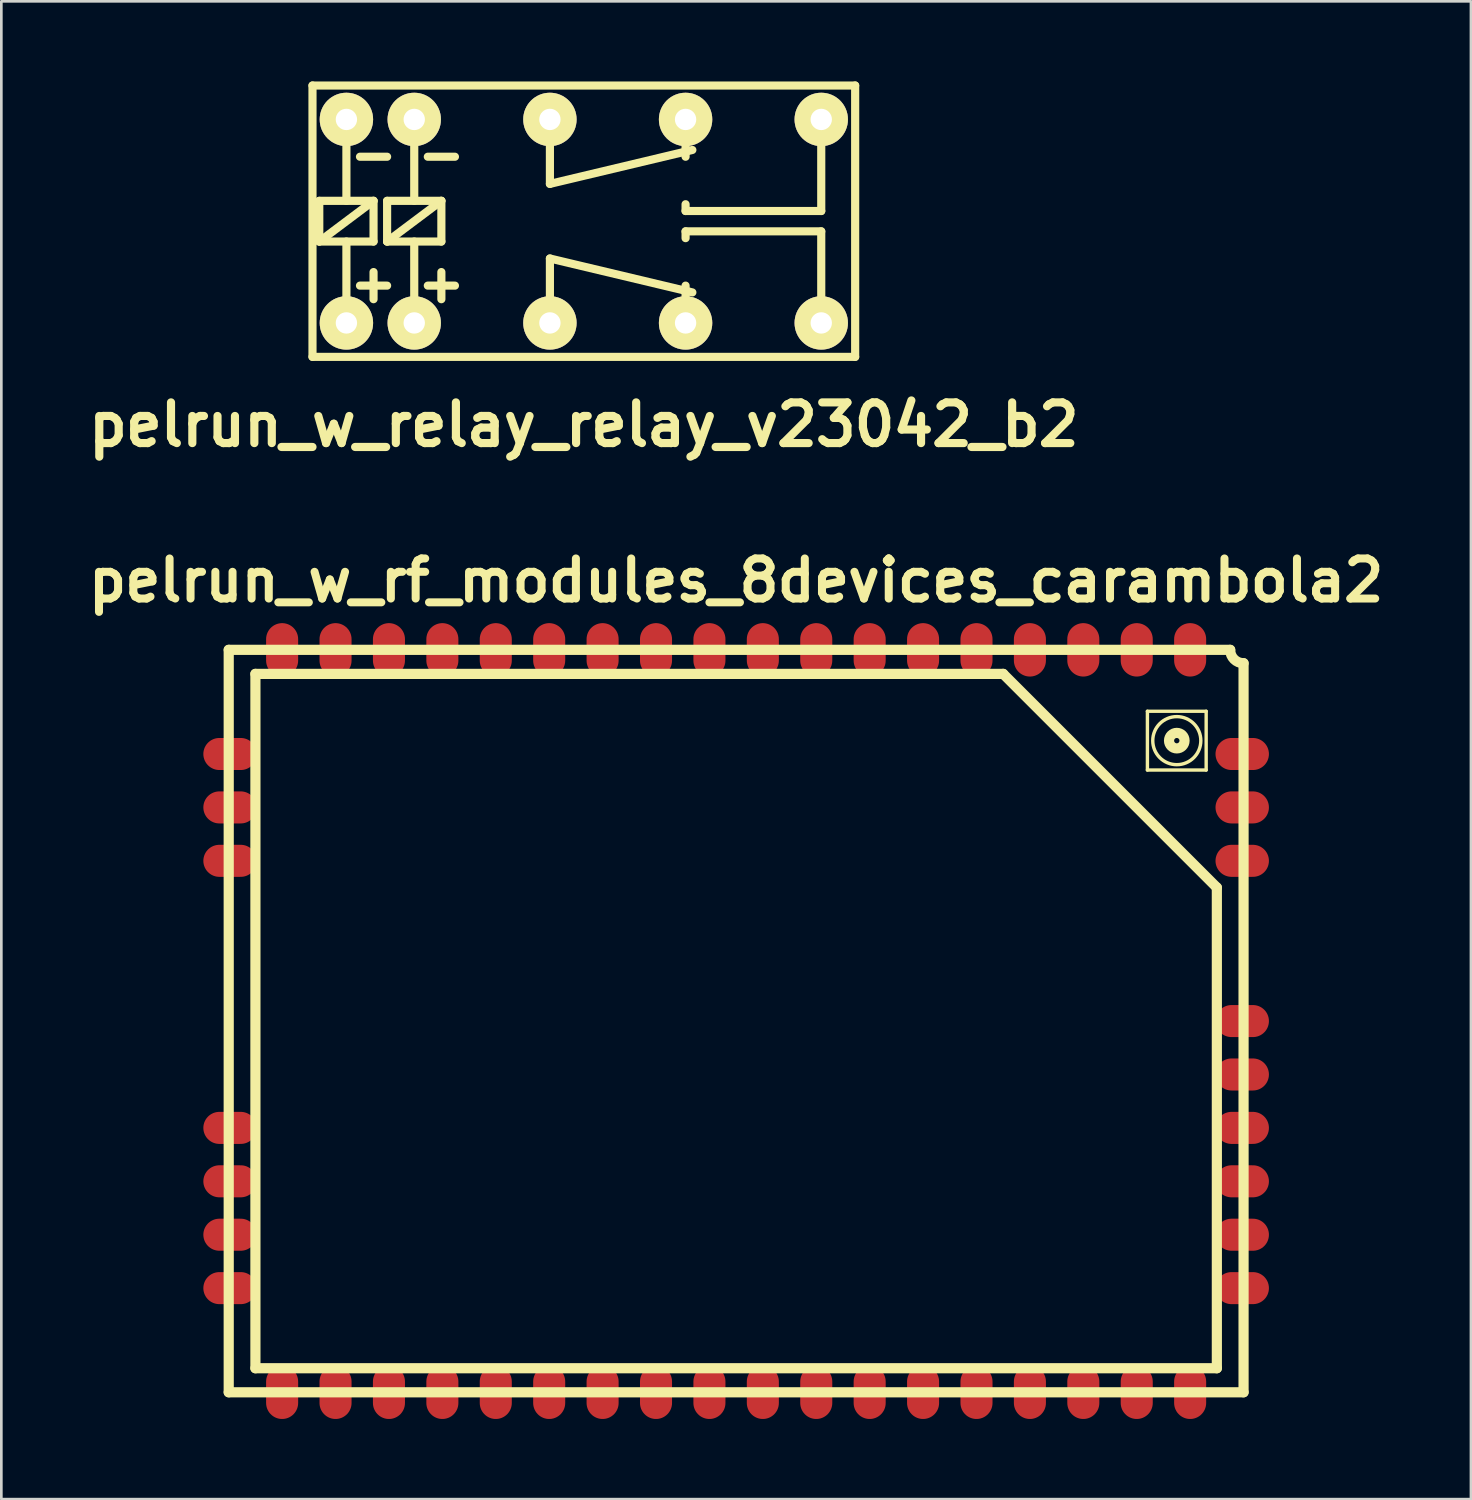
<source format=kicad_pcb>
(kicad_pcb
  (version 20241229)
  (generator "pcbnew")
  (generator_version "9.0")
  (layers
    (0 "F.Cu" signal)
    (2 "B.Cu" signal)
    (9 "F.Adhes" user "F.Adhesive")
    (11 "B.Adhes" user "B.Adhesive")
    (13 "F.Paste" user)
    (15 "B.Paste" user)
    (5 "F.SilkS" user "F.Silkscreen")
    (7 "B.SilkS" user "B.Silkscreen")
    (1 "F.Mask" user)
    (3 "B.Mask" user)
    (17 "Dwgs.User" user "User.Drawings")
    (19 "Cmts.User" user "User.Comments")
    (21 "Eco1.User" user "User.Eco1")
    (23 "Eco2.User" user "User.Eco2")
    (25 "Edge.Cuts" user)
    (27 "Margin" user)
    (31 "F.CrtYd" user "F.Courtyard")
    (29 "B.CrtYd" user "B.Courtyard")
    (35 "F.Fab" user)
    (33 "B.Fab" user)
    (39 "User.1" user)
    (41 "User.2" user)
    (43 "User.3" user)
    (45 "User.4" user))
  (footprint "pelrun_w_relay_relay_v23042_b2"
    (layer "F.Cu")
    (at 18.811 5.232)
    (property "Reference" "pelrun_w_relay_relay_v23042_b2" (at 0 7.62 0) (layer "F.SilkS") (effects (font (size 1.524 1.524) (thickness 0.305))))
    (attr through_hole)
    (fp_line (start -10.16 -5.08) (end -10.16 5.08) (stroke (width 0.305) (type solid)) (layer "F.SilkS"))
    (fp_line (start -10.16 5.08) (end 10.16 5.08) (stroke (width 0.305) (type solid)) (layer "F.SilkS"))
    (fp_line (start -9.906 -0.762) (end -7.874 -0.762) (stroke (width 0.305) (type solid)) (layer "F.SilkS"))
    (fp_line (start -9.906 0.762) (end -9.906 -0.762) (stroke (width 0.305) (type solid)) (layer "F.SilkS"))
    (fp_line (start -9.906 0.762) (end -7.874 -0.762) (stroke (width 0.305) (type solid)) (layer "F.SilkS"))
    (fp_line (start -8.89 -3.81) (end -8.89 -0.762) (stroke (width 0.305) (type solid)) (layer "F.SilkS"))
    (fp_line (start -8.89 3.81) (end -8.89 0.762) (stroke (width 0.305) (type solid)) (layer "F.SilkS"))
    (fp_line (start -7.874 -0.762) (end -7.874 0.762) (stroke (width 0.305) (type solid)) (layer "F.SilkS"))
    (fp_line (start -7.874 0.762) (end -9.906 0.762) (stroke (width 0.305) (type solid)) (layer "F.SilkS"))
    (fp_line (start -7.874 1.905) (end -7.874 2.921) (stroke (width 0.305) (type solid)) (layer "F.SilkS"))
    (fp_line (start -7.366 -2.413) (end -8.382 -2.413) (stroke (width 0.305) (type solid)) (layer "F.SilkS"))
    (fp_line (start -7.366 -0.762) (end -7.366 0.762) (stroke (width 0.305) (type solid)) (layer "F.SilkS"))
    (fp_line (start -7.366 -0.762) (end -5.334 -0.762) (stroke (width 0.305) (type solid)) (layer "F.SilkS"))
    (fp_line (start -7.366 0.762) (end -5.334 -0.762) (stroke (width 0.305) (type solid)) (layer "F.SilkS"))
    (fp_line (start -7.366 2.413) (end -8.382 2.413) (stroke (width 0.305) (type solid)) (layer "F.SilkS"))
    (fp_line (start -6.35 -3.81) (end -6.35 -0.762) (stroke (width 0.305) (type solid)) (layer "F.SilkS"))
    (fp_line (start -6.35 3.81) (end -6.35 0.762) (stroke (width 0.305) (type solid)) (layer "F.SilkS"))
    (fp_line (start -5.334 -0.762) (end -5.334 0.762) (stroke (width 0.305) (type solid)) (layer "F.SilkS"))
    (fp_line (start -5.334 0.762) (end -7.366 0.762) (stroke (width 0.305) (type solid)) (layer "F.SilkS"))
    (fp_line (start -5.334 1.905) (end -5.334 2.921) (stroke (width 0.305) (type solid)) (layer "F.SilkS"))
    (fp_line (start -4.826 -2.413) (end -5.842 -2.413) (stroke (width 0.305) (type solid)) (layer "F.SilkS"))
    (fp_line (start -4.826 2.413) (end -5.842 2.413) (stroke (width 0.305) (type solid)) (layer "F.SilkS"))
    (fp_line (start -1.27 -1.397) (end -1.27 -3.81) (stroke (width 0.305) (type solid)) (layer "F.SilkS"))
    (fp_line (start -1.27 -1.397) (end 4.064 -2.667) (stroke (width 0.305) (type solid)) (layer "F.SilkS"))
    (fp_line (start -1.27 1.397) (end 4.064 2.667) (stroke (width 0.305) (type solid)) (layer "F.SilkS"))
    (fp_line (start -1.27 3.81) (end -1.27 1.397) (stroke (width 0.305) (type solid)) (layer "F.SilkS"))
    (fp_line (start 3.81 -2.413) (end 3.81 -3.81) (stroke (width 0.305) (type solid)) (layer "F.SilkS"))
    (fp_line (start 3.81 -0.381) (end 3.81 -0.635) (stroke (width 0.305) (type solid)) (layer "F.SilkS"))
    (fp_line (start 3.81 0.381) (end 3.81 0.635) (stroke (width 0.305) (type solid)) (layer "F.SilkS"))
    (fp_line (start 3.81 3.81) (end 3.81 2.413) (stroke (width 0.305) (type solid)) (layer "F.SilkS"))
    (fp_line (start 8.89 -0.381) (end 3.81 -0.381) (stroke (width 0.305) (type solid)) (layer "F.SilkS"))
    (fp_line (start 8.89 -0.381) (end 8.89 -3.81) (stroke (width 0.305) (type solid)) (layer "F.SilkS"))
    (fp_line (start 8.89 0.381) (end 3.81 0.381) (stroke (width 0.305) (type solid)) (layer "F.SilkS"))
    (fp_line (start 8.89 3.81) (end 8.89 0.381) (stroke (width 0.305) (type solid)) (layer "F.SilkS"))
    (fp_line (start 10.16 -5.08) (end -10.16 -5.08) (stroke (width 0.305) (type solid)) (layer "F.SilkS"))
    (fp_line (start 10.16 5.08) (end 10.16 -5.08) (stroke (width 0.305) (type solid)) (layer "F.SilkS"))
    (pad "1" thru_hole circle (at -8.89 3.81) (size 1.999 1.999) (drill 0.8) (layers "*.Cu" "*.Mask" "F.SilkS"))
    (pad "2" thru_hole circle (at -6.35 3.81) (size 1.999 1.999) (drill 0.8) (layers "*.Cu" "*.Mask" "F.SilkS"))
    (pad "4" thru_hole circle (at -1.27 3.81) (size 1.999 1.999) (drill 0.8) (layers "*.Cu" "*.Mask" "F.SilkS"))
    (pad "6" thru_hole circle (at 3.81 3.81) (size 1.999 1.999) (drill 0.8) (layers "*.Cu" "*.Mask" "F.SilkS"))
    (pad "8" thru_hole circle (at 8.89 3.81) (size 1.999 1.999) (drill 0.8) (layers "*.Cu" "*.Mask" "F.SilkS"))
    (pad "9" thru_hole circle (at 8.89 -3.81) (size 1.999 1.999) (drill 0.8) (layers "*.Cu" "*.Mask" "F.SilkS"))
    (pad "11" thru_hole circle (at 3.81 -3.81) (size 1.999 1.999) (drill 0.8) (layers "*.Cu" "*.Mask" "F.SilkS"))
    (pad "13" thru_hole circle (at -1.27 -3.81) (size 1.999 1.999) (drill 0.8) (layers "*.Cu" "*.Mask" "F.SilkS"))
    (pad "15" thru_hole circle (at -6.35 -3.81) (size 1.999 1.999) (drill 0.8) (layers "*.Cu" "*.Mask" "F.SilkS"))
    (pad "16" thru_hole circle (at -8.89 -3.81) (size 1.999 1.999) (drill 0.8) (layers "*.Cu" "*.Mask" "F.SilkS")))
  (footprint "pelrun_w_rf_modules_8devices_carambola2"
    (layer "F.Cu")
    (at 24.514 35.183)
    (property "Reference" "pelrun_w_rf_modules_8devices_carambola2" (at 0 -16.5 0) (layer "F.SilkS") (effects (font (size 1.5 1.5) (thickness 0.3))))
    (attr through_hole)
    (fp_line (start -19 -13.9) (end 18.5 -13.9) (stroke (width 0.381) (type solid)) (layer "F.SilkS"))
    (fp_line (start -19 13.9) (end -19 -13.9) (stroke (width 0.381) (type solid)) (layer "F.SilkS"))
    (fp_line (start -18 -13) (end 10 -13) (stroke (width 0.381) (type solid)) (layer "F.SilkS"))
    (fp_line (start -18 13) (end -18 -13) (stroke (width 0.381) (type solid)) (layer "F.SilkS"))
    (fp_line (start 10 -13) (end 18 -5) (stroke (width 0.381) (type solid)) (layer "F.SilkS"))
    (fp_line (start 15.4 -11.6) (end 17.6 -11.6) (stroke (width 0.127) (type solid)) (layer "F.SilkS"))
    (fp_line (start 15.4 -9.4) (end 15.4 -11.6) (stroke (width 0.127) (type solid)) (layer "F.SilkS"))
    (fp_line (start 17.6 -11.6) (end 17.6 -9.4) (stroke (width 0.127) (type solid)) (layer "F.SilkS"))
    (fp_line (start 17.6 -9.4) (end 15.4 -9.4) (stroke (width 0.127) (type solid)) (layer "F.SilkS"))
    (fp_line (start 18 -5) (end 18 13) (stroke (width 0.381) (type solid)) (layer "F.SilkS"))
    (fp_line (start 18 13) (end -18 13) (stroke (width 0.381) (type solid)) (layer "F.SilkS"))
    (fp_line (start 19 -13.4) (end 19 13.9) (stroke (width 0.381) (type solid)) (layer "F.SilkS"))
    (fp_line (start 19 13.9) (end -19 13.9) (stroke (width 0.381) (type solid)) (layer "F.SilkS"))
    (fp_arc (start 19 -13.4) (mid 18.646447 -13.546447) (end 18.5 -13.9) (stroke (width 0.381) (type solid)) (layer "F.SilkS"))
    (fp_circle (center 16.5 -10.5) (end 16.6 -10.5) (stroke (width 0.381) (type solid)) (fill no) (layer "F.SilkS"))
    (fp_circle (center 16.5 -10.5) (end 17.4 -10.5) (stroke (width 0.127) (type solid)) (fill no) (layer "F.SilkS"))
    (pad "1" smd oval (at -17 13.9) (size 1.2 2) (layers "F.Cu" "F.Mask" "F.Paste"))
    (pad "2" smd oval (at -15 13.9) (size 1.2 2) (layers "F.Cu" "F.Mask" "F.Paste"))
    (pad "3" smd oval (at -13 13.9) (size 1.2 2) (layers "F.Cu" "F.Mask" "F.Paste"))
    (pad "4" smd oval (at -11 13.9) (size 1.2 2) (layers "F.Cu" "F.Mask" "F.Paste"))
    (pad "5" smd oval (at -9 13.9) (size 1.2 2) (layers "F.Cu" "F.Mask" "F.Paste"))
    (pad "6" smd oval (at -7 13.9) (size 1.2 2) (layers "F.Cu" "F.Mask" "F.Paste"))
    (pad "7" smd oval (at -5 13.9) (size 1.2 2) (layers "F.Cu" "F.Mask" "F.Paste"))
    (pad "8" smd oval (at -3 13.9) (size 1.2 2) (layers "F.Cu" "F.Mask" "F.Paste"))
    (pad "9" smd oval (at -1 13.9) (size 1.2 2) (layers "F.Cu" "F.Mask" "F.Paste"))
    (pad "10" smd oval (at 1 13.9) (size 1.2 2) (layers "F.Cu" "F.Mask" "F.Paste"))
    (pad "11" smd oval (at 3 13.9) (size 1.2 2) (layers "F.Cu" "F.Mask" "F.Paste"))
    (pad "12" smd oval (at 5 13.9) (size 1.2 2) (layers "F.Cu" "F.Mask" "F.Paste"))
    (pad "13" smd oval (at 7 13.9) (size 1.2 2) (layers "F.Cu" "F.Mask" "F.Paste"))
    (pad "14" smd oval (at 9 13.9) (size 1.2 2) (layers "F.Cu" "F.Mask" "F.Paste"))
    (pad "15" smd oval (at 11 13.9) (size 1.2 2) (layers "F.Cu" "F.Mask" "F.Paste"))
    (pad "16" smd oval (at 13 13.9) (size 1.2 2) (layers "F.Cu" "F.Mask" "F.Paste"))
    (pad "17" smd oval (at 15 13.9) (size 1.2 2) (layers "F.Cu" "F.Mask" "F.Paste"))
    (pad "18" smd oval (at 17 13.9) (size 1.2 2) (layers "F.Cu" "F.Mask" "F.Paste"))
    (pad "19" smd oval (at 18.95 10) (size 2 1.2) (layers "F.Cu" "F.Mask" "F.Paste"))
    (pad "20" smd oval (at 18.95 8) (size 2 1.2) (layers "F.Cu" "F.Mask" "F.Paste"))
    (pad "21" smd oval (at 18.95 6) (size 2 1.2) (layers "F.Cu" "F.Mask" "F.Paste"))
    (pad "22" smd oval (at 18.95 4) (size 2 1.2) (layers "F.Cu" "F.Mask" "F.Paste"))
    (pad "23" smd oval (at 18.95 2) (size 2 1.2) (layers "F.Cu" "F.Mask" "F.Paste"))
    (pad "24" smd oval (at 18.95 0) (size 2 1.2) (layers "F.Cu" "F.Mask" "F.Paste"))
    (pad "25" smd oval (at 18.95 -6) (size 2 1.2) (layers "F.Cu" "F.Mask" "F.Paste"))
    (pad "26" smd oval (at 18.95 -8) (size 2 1.2) (layers "F.Cu" "F.Mask" "F.Paste"))
    (pad "27" smd oval (at 18.95 -10) (size 2 1.2) (layers "F.Cu" "F.Mask" "F.Paste"))
    (pad "28" smd oval (at 17 -13.9) (size 1.2 2) (layers "F.Cu" "F.Mask" "F.Paste"))
    (pad "29" smd oval (at 15 -13.9) (size 1.2 2) (layers "F.Cu" "F.Mask" "F.Paste"))
    (pad "30" smd oval (at 13 -13.9) (size 1.2 2) (layers "F.Cu" "F.Mask" "F.Paste"))
    (pad "31" smd oval (at 11 -13.9) (size 1.2 2) (layers "F.Cu" "F.Mask" "F.Paste"))
    (pad "32" smd oval (at 9 -13.9) (size 1.2 2) (layers "F.Cu" "F.Mask" "F.Paste"))
    (pad "33" smd oval (at 7 -13.9) (size 1.2 2) (layers "F.Cu" "F.Mask" "F.Paste"))
    (pad "34" smd oval (at 5 -13.9) (size 1.2 2) (layers "F.Cu" "F.Mask" "F.Paste"))
    (pad "35" smd oval (at 3 -13.9) (size 1.2 2) (layers "F.Cu" "F.Mask" "F.Paste"))
    (pad "36" smd oval (at 1 -13.9) (size 1.2 2) (layers "F.Cu" "F.Mask" "F.Paste"))
    (pad "37" smd oval (at -1 -13.9) (size 1.2 2) (layers "F.Cu" "F.Mask" "F.Paste"))
    (pad "38" smd oval (at -3 -13.9) (size 1.2 2) (layers "F.Cu" "F.Mask" "F.Paste"))
    (pad "39" smd oval (at -5 -13.9) (size 1.2 2) (layers "F.Cu" "F.Mask" "F.Paste"))
    (pad "40" smd oval (at -7 -13.9) (size 1.2 2) (layers "F.Cu" "F.Mask" "F.Paste"))
    (pad "41" smd oval (at -9 -13.9) (size 1.2 2) (layers "F.Cu" "F.Mask" "F.Paste"))
    (pad "42" smd oval (at -11 -13.9) (size 1.2 2) (layers "F.Cu" "F.Mask" "F.Paste"))
    (pad "43" smd oval (at -13 -13.9) (size 1.2 2) (layers "F.Cu" "F.Mask" "F.Paste"))
    (pad "44" smd oval (at -15 -13.9) (size 1.2 2) (layers "F.Cu" "F.Mask" "F.Paste"))
    (pad "45" smd oval (at -17 -13.9) (size 1.2 2) (layers "F.Cu" "F.Mask" "F.Paste"))
    (pad "46" smd oval (at -18.95 -10) (size 2 1.2) (layers "F.Cu" "F.Mask" "F.Paste"))
    (pad "47" smd oval (at -18.95 -8) (size 2 1.2) (layers "F.Cu" "F.Mask" "F.Paste"))
    (pad "48" smd oval (at -18.95 -6) (size 2 1.2) (layers "F.Cu" "F.Mask" "F.Paste"))
    (pad "49" smd oval (at -18.95 4) (size 2 1.2) (layers "F.Cu" "F.Mask" "F.Paste"))
    (pad "50" smd oval (at -18.95 6) (size 2 1.2) (layers "F.Cu" "F.Mask" "F.Paste"))
    (pad "51" smd oval (at -18.95 8) (size 2 1.2) (layers "F.Cu" "F.Mask" "F.Paste"))
    (pad "52" smd oval (at -18.95 10) (size 2 1.2) (layers "F.Cu" "F.Mask" "F.Paste")))
  (gr_rect
    (start -3 -3)
    (end 52.029 53.083)
    (stroke (width 0.1) (type default))
    (fill no)
    (layer "Edge.Cuts")))
</source>
